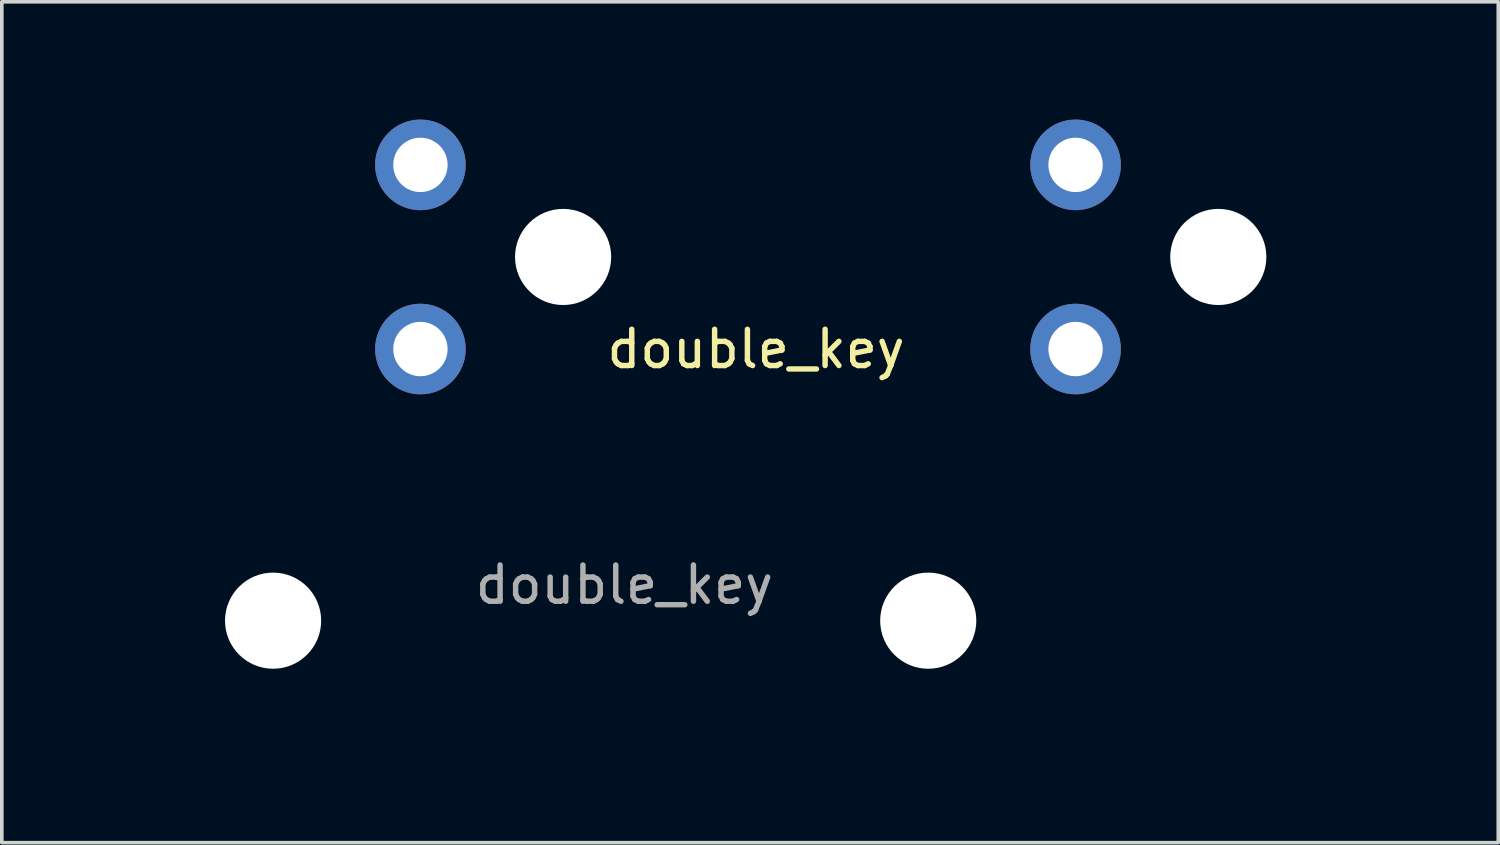
<source format=kicad_pcb>
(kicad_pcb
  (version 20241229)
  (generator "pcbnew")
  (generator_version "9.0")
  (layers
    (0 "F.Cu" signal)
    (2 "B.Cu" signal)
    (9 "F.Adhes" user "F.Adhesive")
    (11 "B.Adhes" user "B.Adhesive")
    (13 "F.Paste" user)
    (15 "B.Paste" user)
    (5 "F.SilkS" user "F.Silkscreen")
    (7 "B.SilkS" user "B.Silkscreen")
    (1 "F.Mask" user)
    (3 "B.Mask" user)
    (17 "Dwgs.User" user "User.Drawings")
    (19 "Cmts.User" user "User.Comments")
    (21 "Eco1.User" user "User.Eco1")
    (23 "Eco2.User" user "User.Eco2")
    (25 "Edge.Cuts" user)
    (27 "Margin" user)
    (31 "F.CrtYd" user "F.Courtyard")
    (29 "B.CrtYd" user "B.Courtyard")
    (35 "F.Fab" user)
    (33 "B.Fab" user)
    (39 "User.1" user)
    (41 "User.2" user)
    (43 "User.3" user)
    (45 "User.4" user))
  (footprint "double_key"
    (layer "F.Cu")
    (at 8.483 8.61)
    (property "Reference" "double_key" (at 9.322 -2.032 0) (unlocked yes) (layer "F.SilkS") (effects (font (size 1 1) (thickness 0.15))))
    (attr through_hole)
    (fp_rect (start -8.433 -8.56) (end 26.746 8.534) (stroke (width 0.1) (type default)) (fill no) (layer "Margin"))
    (fp_text user "${REFERENCE}" (at 5.69 4.47 0) (unlocked yes) (layer "F.Fab") (effects (font (size 1 1) (thickness 0.15))))
    (pad "" np_thru_hole circle (at -4 5.461) (size 2.652 2.652) (drill 3.1) (layers "*.Cu" "*.Mask"))
    (pad "" np_thru_hole circle (at 4 -4.572) (size 2.652 2.652) (drill 3.1) (layers "*.Cu" "*.Mask"))
    (pad "" np_thru_hole circle (at 14.072 5.461) (size 2.652 2.652) (drill 3.1) (layers "*.Cu" "*.Mask"))
    (pad "" np_thru_hole circle (at 22.073 -4.572) (size 2.652 2.652) (drill 3.1) (layers "*.Cu" "*.Mask"))
    (pad "1" thru_hole circle (at 0.064 -2.032) (size 2.5 2.5) (drill 1.5) (layers "*.Cu" "*.Mask"))
    (pad "1" thru_hole circle (at 18.136 -2.032) (size 2.5 2.5) (drill 1.5) (layers "*.Cu" "*.Mask"))
    (pad "2" thru_hole circle (at 0.064 -7.112) (size 2.5 2.5) (drill 1.5) (layers "*.Cu" "*.Mask"))
    (pad "2" thru_hole circle (at 18.136 -7.112) (size 2.5 2.5) (drill 1.5) (layers "*.Cu" "*.Mask")))
  (gr_rect
    (start -3 -3)
    (end 38.279 20.194)
    (stroke (width 0.1) (type default))
    (fill no)
    (layer "Edge.Cuts")))
</source>
